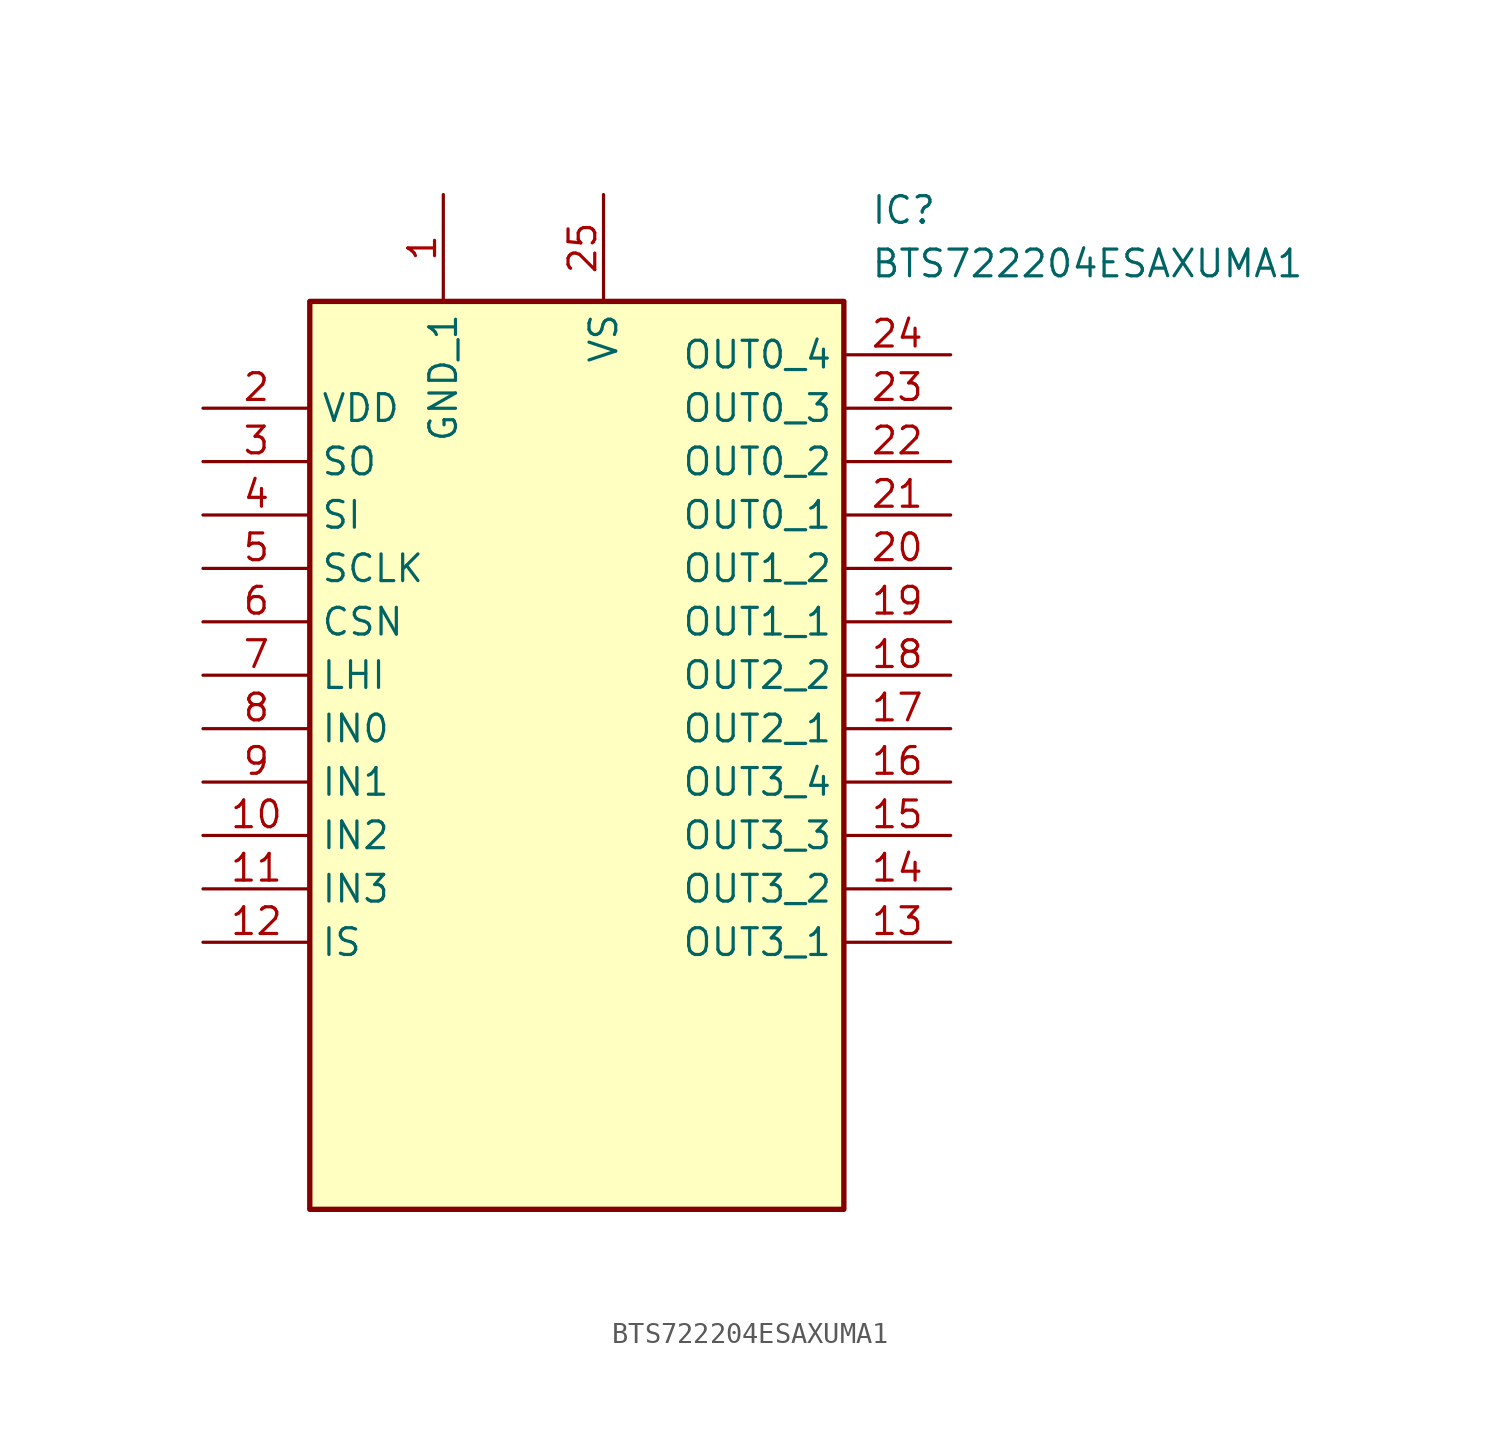
<source format=kicad_sym>
(kicad_symbol_lib
  (version 20231120)
  (generator "kicad_symbol_editor")
  (generator_version "8.0")
  (symbol "BTS722204ESAXUMA1"
    (property "Reference" "IC"
      (at 31.75 7.62 0)
      (effects (font (size 1.27 1.27)) (justify left top)))
    (property "Value" "BTS722204ESAXUMA1"
      (at 31.75 5.08 0)
      (effects (font (size 1.27 1.27)) (justify left top)))
    (symbol "BTS722204ESAXUMA1_1_1"
      (rectangle (start 5.08 2.54) (end 30.48 -40.64) (stroke (width 0.254) (type default)) (fill (type background)))
      (pin passive line (at 11.43 7.62 270) (length 5.08) (name "GND_1" (effects (font (size 1.27 1.27)))) (number "1" (effects (font (size 1.27 1.27)))))
      (pin passive line (at 0 -22.86 0) (length 5.08) (name "IN2" (effects (font (size 1.27 1.27)))) (number "10" (effects (font (size 1.27 1.27)))))
      (pin passive line (at 0 -25.4 0) (length 5.08) (name "IN3" (effects (font (size 1.27 1.27)))) (number "11" (effects (font (size 1.27 1.27)))))
      (pin passive line (at 0 -27.94 0) (length 5.08) (name "IS" (effects (font (size 1.27 1.27)))) (number "12" (effects (font (size 1.27 1.27)))))
      (pin passive line (at 35.56 -27.94 180) (length 5.08) (name "OUT3_1" (effects (font (size 1.27 1.27)))) (number "13" (effects (font (size 1.27 1.27)))))
      (pin passive line (at 35.56 -25.4 180) (length 5.08) (name "OUT3_2" (effects (font (size 1.27 1.27)))) (number "14" (effects (font (size 1.27 1.27)))))
      (pin passive line (at 35.56 -22.86 180) (length 5.08) (name "OUT3_3" (effects (font (size 1.27 1.27)))) (number "15" (effects (font (size 1.27 1.27)))))
      (pin passive line (at 35.56 -20.32 180) (length 5.08) (name "OUT3_4" (effects (font (size 1.27 1.27)))) (number "16" (effects (font (size 1.27 1.27)))))
      (pin passive line (at 35.56 -17.78 180) (length 5.08) (name "OUT2_1" (effects (font (size 1.27 1.27)))) (number "17" (effects (font (size 1.27 1.27)))))
      (pin passive line (at 35.56 -15.24 180) (length 5.08) (name "OUT2_2" (effects (font (size 1.27 1.27)))) (number "18" (effects (font (size 1.27 1.27)))))
      (pin passive line (at 35.56 -12.7 180) (length 5.08) (name "OUT1_1" (effects (font (size 1.27 1.27)))) (number "19" (effects (font (size 1.27 1.27)))))
      (pin passive line (at 0 -2.54 0) (length 5.08) (name "VDD" (effects (font (size 1.27 1.27)))) (number "2" (effects (font (size 1.27 1.27)))))
      (pin passive line (at 35.56 -10.16 180) (length 5.08) (name "OUT1_2" (effects (font (size 1.27 1.27)))) (number "20" (effects (font (size 1.27 1.27)))))
      (pin passive line (at 35.56 -7.62 180) (length 5.08) (name "OUT0_1" (effects (font (size 1.27 1.27)))) (number "21" (effects (font (size 1.27 1.27)))))
      (pin passive line (at 35.56 -5.08 180) (length 5.08) (name "OUT0_2" (effects (font (size 1.27 1.27)))) (number "22" (effects (font (size 1.27 1.27)))))
      (pin passive line (at 35.56 -2.54 180) (length 5.08) (name "OUT0_3" (effects (font (size 1.27 1.27)))) (number "23" (effects (font (size 1.27 1.27)))))
      (pin passive line (at 35.56 0 180) (length 5.08) (name "OUT0_4" (effects (font (size 1.27 1.27)))) (number "24" (effects (font (size 1.27 1.27)))))
      (pin passive line (at 19.05 7.62 270) (length 5.08) (name "VS" (effects (font (size 1.27 1.27)))) (number "25" (effects (font (size 1.27 1.27)))))
      (pin passive line (at 0 -5.08 0) (length 5.08) (name "SO" (effects (font (size 1.27 1.27)))) (number "3" (effects (font (size 1.27 1.27)))))
      (pin passive line (at 0 -7.62 0) (length 5.08) (name "SI" (effects (font (size 1.27 1.27)))) (number "4" (effects (font (size 1.27 1.27)))))
      (pin passive line (at 0 -10.16 0) (length 5.08) (name "SCLK" (effects (font (size 1.27 1.27)))) (number "5" (effects (font (size 1.27 1.27)))))
      (pin passive line (at 0 -12.7 0) (length 5.08) (name "CSN" (effects (font (size 1.27 1.27)))) (number "6" (effects (font (size 1.27 1.27)))))
      (pin passive line (at 0 -15.24 0) (length 5.08) (name "LHI" (effects (font (size 1.27 1.27)))) (number "7" (effects (font (size 1.27 1.27)))))
      (pin passive line (at 0 -17.78 0) (length 5.08) (name "IN0" (effects (font (size 1.27 1.27)))) (number "8" (effects (font (size 1.27 1.27)))))
      (pin passive line (at 0 -20.32 0) (length 5.08) (name "IN1" (effects (font (size 1.27 1.27)))) (number "9" (effects (font (size 1.27 1.27))))))))
</source>
